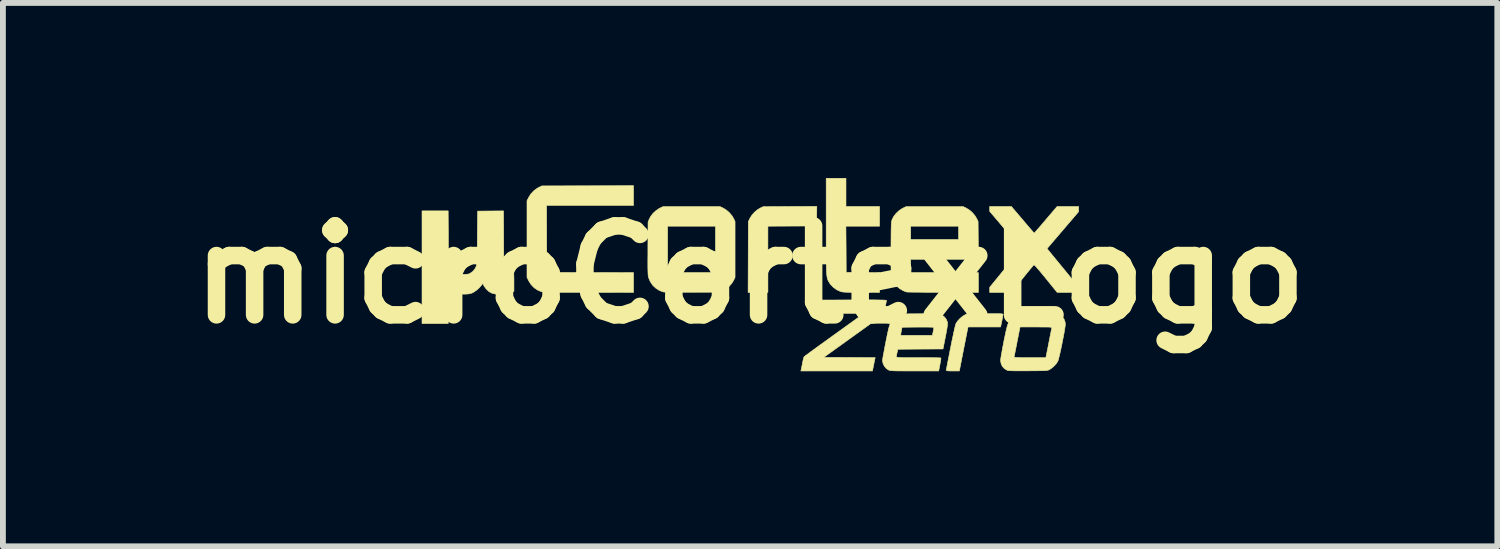
<source format=kicad_pcb>
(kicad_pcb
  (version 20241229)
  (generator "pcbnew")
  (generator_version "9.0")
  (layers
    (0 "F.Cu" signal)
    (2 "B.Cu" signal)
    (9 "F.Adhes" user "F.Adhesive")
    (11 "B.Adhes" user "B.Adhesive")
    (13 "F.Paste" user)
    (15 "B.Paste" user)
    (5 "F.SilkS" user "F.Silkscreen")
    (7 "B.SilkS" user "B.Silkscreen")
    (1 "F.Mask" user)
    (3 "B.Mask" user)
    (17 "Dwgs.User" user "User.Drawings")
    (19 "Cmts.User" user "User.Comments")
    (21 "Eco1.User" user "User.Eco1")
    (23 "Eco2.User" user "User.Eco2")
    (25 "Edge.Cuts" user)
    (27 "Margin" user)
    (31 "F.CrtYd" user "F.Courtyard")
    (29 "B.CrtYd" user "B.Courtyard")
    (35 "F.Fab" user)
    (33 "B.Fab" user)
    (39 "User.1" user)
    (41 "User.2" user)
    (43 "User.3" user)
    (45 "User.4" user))
  (footprint "microCortexLogo"
    (layer "F.Cu")
    (at 9.804 1.656)
    (property "Reference" "microCortexLogo" (at 0 0 0) (layer "F.SilkS") (effects (font (size 1.524 1.524) (thickness 0.3))))
    (attr through_hole)
    (fp_poly (pts (xy 1.141 -1.001) (xy 1.139 -0.834) (xy 0.722 -0.832) (xy 0.305 -0.83) (xy 0.305 0.305) (xy -0.034 0.305) (xy -0.03 -0.91) (xy -0.002 -0.966) (xy 0.031 -1.019) (xy 0.075 -1.069) (xy 0.126 -1.112) (xy 0.175 -1.141) (xy 0.224 -1.164) (xy 0.684 -1.167) (xy 1.143 -1.169) (xy 1.141 -1.001)) (stroke (width 0.01) (type solid)) (fill yes) (layer "F.SilkS"))
    (fp_poly (pts (xy -1.998 -1.185) (xy -3.488 -1.185) (xy -3.484 -0.038) (xy -2.741 -0.036) (xy -1.998 -0.034) (xy -1.998 0.305) (xy -2.766 0.304) (xy -2.908 0.304) (xy -3.033 0.304) (xy -3.142 0.303) (xy -3.237 0.303) (xy -3.319 0.302) (xy -3.388 0.301) (xy -3.444 0.3) (xy -3.49 0.299) (xy -3.525 0.298) (xy -3.55 0.296) (xy -3.567 0.295) (xy -3.574 0.293) (xy -3.638 0.267) (xy -3.698 0.227) (xy -3.75 0.174) (xy -3.791 0.112) (xy -3.795 0.103) (xy -3.823 0.047) (xy -3.823 -1.266) (xy -3.795 -1.322) (xy -3.756 -1.384) (xy -3.703 -1.439) (xy -3.643 -1.483) (xy -3.625 -1.492) (xy -3.569 -1.52) (xy -2.784 -1.522) (xy -1.998 -1.524) (xy -1.998 -1.185)) (stroke (width 0.01) (type solid)) (fill yes) (layer "F.SilkS"))
    (fp_poly (pts (xy 1.643 -1.168) (xy 2.218 -1.168) (xy 2.218 -0.83) (xy 1.642 -0.83) (xy 1.645 -0.434) (xy 1.647 -0.038) (xy 2.218 -0.034) (xy 2.218 0.305) (xy 1.907 0.304) (xy 1.825 0.304) (xy 1.757 0.304) (xy 1.703 0.303) (xy 1.66 0.302) (xy 1.626 0.301) (xy 1.6 0.299) (xy 1.58 0.296) (xy 1.564 0.293) (xy 1.55 0.289) (xy 1.549 0.289) (xy 1.485 0.26) (xy 1.427 0.218) (xy 1.377 0.166) (xy 1.345 0.116) (xy 1.338 0.103) (xy 1.332 0.09) (xy 1.327 0.076) (xy 1.323 0.06) (xy 1.319 0.042) (xy 1.316 0.019) (xy 1.313 -0.008) (xy 1.311 -0.042) (xy 1.309 -0.083) (xy 1.307 -0.132) (xy 1.306 -0.19) (xy 1.305 -0.259) (xy 1.305 -0.339) (xy 1.304 -0.432) (xy 1.304 -0.537) (xy 1.304 -0.658) (xy 1.304 -0.794) (xy 1.304 -0.84) (xy 1.304 -1.651) (xy 1.643 -1.651) (xy 1.643 -1.168)) (stroke (width 0.01) (type solid)) (fill yes) (layer "F.SilkS"))
    (fp_poly (pts (xy 4.225 0.67) (xy 4.265 0.67) (xy 4.295 0.671) (xy 4.315 0.673) (xy 4.327 0.675) (xy 4.334 0.678) (xy 4.335 0.68) (xy 4.333 0.693) (xy 4.329 0.717) (xy 4.323 0.751) (xy 4.316 0.788) (xy 4.308 0.825) (xy 4.301 0.858) (xy 4.297 0.878) (xy 4.292 0.897) (xy 3.735 0.897) (xy 3.727 0.938) (xy 3.723 0.955) (xy 3.717 0.986) (xy 3.708 1.031) (xy 3.697 1.085) (xy 3.685 1.148) (xy 3.671 1.218) (xy 3.656 1.292) (xy 3.652 1.314) (xy 3.586 1.651) (xy 3.473 1.651) (xy 3.425 1.651) (xy 3.392 1.649) (xy 3.371 1.647) (xy 3.362 1.643) (xy 3.361 1.64) (xy 3.363 1.63) (xy 3.367 1.605) (xy 3.375 1.567) (xy 3.384 1.517) (xy 3.396 1.457) (xy 3.409 1.39) (xy 3.423 1.316) (xy 3.436 1.253) (xy 3.456 1.151) (xy 3.475 1.063) (xy 3.491 0.987) (xy 3.504 0.926) (xy 3.516 0.88) (xy 3.524 0.849) (xy 3.529 0.837) (xy 3.556 0.796) (xy 3.594 0.754) (xy 3.638 0.717) (xy 3.669 0.697) (xy 3.713 0.673) (xy 4.024 0.671) (xy 4.106 0.67) (xy 4.172 0.67) (xy 4.225 0.67)) (stroke (width 0.01) (type solid)) (fill yes) (layer "F.SilkS"))
    (fp_poly (pts (xy -0.456 -1.137) (xy -0.404 -1.104) (xy -0.353 -1.059) (xy -0.31 -1.008) (xy -0.281 -0.959) (xy -0.258 -0.91) (xy -0.258 0.047) (xy -0.281 0.096) (xy -0.313 0.148) (xy -0.357 0.199) (xy -0.408 0.243) (xy -0.456 0.273) (xy -0.512 0.301) (xy -0.986 0.302) (xy -1.075 0.302) (xy -1.159 0.302) (xy -1.237 0.302) (xy -1.308 0.301) (xy -1.369 0.301) (xy -1.419 0.3) (xy -1.456 0.299) (xy -1.479 0.298) (xy -1.486 0.297) (xy -1.554 0.272) (xy -1.616 0.232) (xy -1.669 0.182) (xy -1.71 0.121) (xy -1.736 0.06) (xy -1.74 0.047) (xy -1.743 0.034) (xy -1.746 0.019) (xy -1.748 0.001) (xy -1.749 -0.021) (xy -1.75 -0.05) (xy -1.751 -0.087) (xy -1.752 -0.132) (xy -1.752 -0.189) (xy -1.752 -0.257) (xy -1.751 -0.34) (xy -1.751 -0.437) (xy -1.751 -0.449) (xy -1.749 -0.83) (xy -1.414 -0.83) (xy -1.414 -0.034) (xy -0.593 -0.034) (xy -0.593 -0.83) (xy -1.414 -0.83) (xy -1.749 -0.83) (xy -1.748 -0.902) (xy -1.728 -0.951) (xy -1.701 -1.001) (xy -1.662 -1.051) (xy -1.614 -1.095) (xy -1.563 -1.13) (xy -1.551 -1.137) (xy -1.495 -1.164) (xy -0.512 -1.164) (xy -0.456 -1.137)) (stroke (width 0.01) (type solid)) (fill yes) (layer "F.SilkS"))
    (fp_poly (pts (xy 2.116 0.433) (xy 2.179 0.434) (xy 2.23 0.435) (xy 2.269 0.435) (xy 2.299 0.437) (xy 2.319 0.438) (xy 2.331 0.44) (xy 2.337 0.442) (xy 2.337 0.442) (xy 2.335 0.454) (xy 2.331 0.479) (xy 2.324 0.514) (xy 2.316 0.555) (xy 2.314 0.565) (xy 2.292 0.678) (xy 1.777 1.048) (xy 1.262 1.418) (xy 1.703 1.42) (xy 2.144 1.423) (xy 2.139 1.442) (xy 2.136 1.457) (xy 2.13 1.485) (xy 2.123 1.522) (xy 2.116 1.556) (xy 2.097 1.651) (xy 0.87 1.651) (xy 0.875 1.632) (xy 0.878 1.616) (xy 0.884 1.588) (xy 0.891 1.552) (xy 0.898 1.516) (xy 0.906 1.476) (xy 0.914 1.442) (xy 0.921 1.418) (xy 0.926 1.407) (xy 0.934 1.4) (xy 0.954 1.385) (xy 0.987 1.361) (xy 1.03 1.329) (xy 1.082 1.291) (xy 1.142 1.247) (xy 1.21 1.198) (xy 1.284 1.145) (xy 1.363 1.088) (xy 1.443 1.03) (xy 1.951 0.665) (xy 1.513 0.662) (xy 1.416 0.662) (xy 1.334 0.661) (xy 1.266 0.661) (xy 1.212 0.66) (xy 1.168 0.659) (xy 1.135 0.658) (xy 1.111 0.657) (xy 1.094 0.655) (xy 1.084 0.653) (xy 1.078 0.651) (xy 1.076 0.648) (xy 1.076 0.646) (xy 1.078 0.632) (xy 1.082 0.605) (xy 1.088 0.57) (xy 1.095 0.533) (xy 1.114 0.436) (xy 1.725 0.434) (xy 1.846 0.433) (xy 1.951 0.433) (xy 2.04 0.433) (xy 2.116 0.433)) (stroke (width 0.01) (type solid)) (fill yes) (layer "F.SilkS"))
    (fp_poly (pts (xy 3.709 -1.137) (xy 3.762 -1.104) (xy 3.812 -1.059) (xy 3.855 -1.008) (xy 3.884 -0.959) (xy 3.907 -0.91) (xy 3.91 -0.586) (xy 3.912 -0.262) (xy 2.752 -0.262) (xy 2.752 -0.034) (xy 3.912 -0.034) (xy 3.912 0.305) (xy 3.308 0.304) (xy 3.208 0.304) (xy 3.112 0.303) (xy 3.023 0.303) (xy 2.94 0.302) (xy 2.867 0.301) (xy 2.803 0.301) (xy 2.751 0.3) (xy 2.712 0.299) (xy 2.688 0.298) (xy 2.68 0.297) (xy 2.622 0.275) (xy 2.565 0.241) (xy 2.513 0.197) (xy 2.471 0.148) (xy 2.46 0.131) (xy 2.45 0.113) (xy 2.441 0.096) (xy 2.434 0.079) (xy 2.429 0.059) (xy 2.424 0.035) (xy 2.42 0.006) (xy 2.418 -0.03) (xy 2.416 -0.074) (xy 2.415 -0.128) (xy 2.414 -0.193) (xy 2.414 -0.271) (xy 2.414 -0.363) (xy 2.415 -0.454) (xy 2.415 -0.553) (xy 2.416 -0.636) (xy 2.416 -0.705) (xy 2.417 -0.761) (xy 2.418 -0.807) (xy 2.419 -0.83) (xy 2.752 -0.83) (xy 2.752 -0.601) (xy 3.573 -0.601) (xy 3.573 -0.83) (xy 2.752 -0.83) (xy 2.419 -0.83) (xy 2.419 -0.843) (xy 2.42 -0.871) (xy 2.422 -0.893) (xy 2.424 -0.909) (xy 2.427 -0.923) (xy 2.431 -0.934) (xy 2.434 -0.944) (xy 2.437 -0.951) (xy 2.464 -1.001) (xy 2.504 -1.051) (xy 2.551 -1.095) (xy 2.602 -1.13) (xy 2.615 -1.137) (xy 2.671 -1.164) (xy 3.654 -1.164) (xy 3.709 -1.137)) (stroke (width 0.01) (type solid)) (fill yes) (layer "F.SilkS"))
    (fp_poly (pts (xy 4.671 -0.94) (xy 4.716 -0.887) (xy 4.757 -0.838) (xy 4.794 -0.795) (xy 4.825 -0.76) (xy 4.848 -0.733) (xy 4.863 -0.716) (xy 4.868 -0.711) (xy 4.875 -0.717) (xy 4.891 -0.735) (xy 4.915 -0.763) (xy 4.947 -0.799) (xy 4.984 -0.842) (xy 5.026 -0.891) (xy 5.067 -0.94) (xy 5.262 -1.168) (xy 5.63 -1.168) (xy 5.63 -1.124) (xy 5.63 -1.079) (xy 5.36 -0.763) (xy 5.089 -0.446) (xy 5.12 -0.407) (xy 5.132 -0.392) (xy 5.154 -0.366) (xy 5.183 -0.33) (xy 5.22 -0.285) (xy 5.262 -0.234) (xy 5.309 -0.177) (xy 5.358 -0.117) (xy 5.391 -0.077) (xy 5.63 0.215) (xy 5.63 0.305) (xy 5.262 0.304) (xy 5.067 0.064) (xy 5.009 -0.007) (xy 4.961 -0.065) (xy 4.922 -0.11) (xy 4.894 -0.142) (xy 4.874 -0.161) (xy 4.864 -0.168) (xy 4.863 -0.168) (xy 4.856 -0.16) (xy 4.839 -0.14) (xy 4.814 -0.11) (xy 4.782 -0.072) (xy 4.745 -0.027) (xy 4.704 0.024) (xy 4.665 0.072) (xy 4.476 0.305) (xy 4.106 0.305) (xy 4.107 0.216) (xy 4.377 -0.114) (xy 4.439 -0.19) (xy 4.491 -0.254) (xy 4.534 -0.306) (xy 4.568 -0.349) (xy 4.594 -0.383) (xy 4.614 -0.41) (xy 4.627 -0.429) (xy 4.635 -0.443) (xy 4.638 -0.451) (xy 4.637 -0.456) (xy 4.637 -0.457) (xy 4.63 -0.466) (xy 4.613 -0.486) (xy 4.587 -0.517) (xy 4.553 -0.557) (xy 4.513 -0.604) (xy 4.468 -0.658) (xy 4.418 -0.716) (xy 4.367 -0.777) (xy 4.106 -1.084) (xy 4.106 -1.168) (xy 4.477 -1.168) (xy 4.671 -0.94)) (stroke (width 0.01) (type solid)) (fill yes) (layer "F.SilkS"))
    (fp_poly (pts (xy -4.223 -0.582) (xy -4.223 -0.472) (xy -4.222 -0.378) (xy -4.221 -0.299) (xy -4.22 -0.232) (xy -4.219 -0.177) (xy -4.217 -0.133) (xy -4.215 -0.099) (xy -4.212 -0.072) (xy -4.208 -0.052) (xy -4.203 -0.038) (xy -4.198 -0.028) (xy -4.191 -0.021) (xy -4.182 -0.015) (xy -4.173 -0.011) (xy -4.171 -0.01) (xy -4.14 -0.003) (xy -4.1 -0.008) (xy -4.062 -0.021) (xy -4.057 -0.022) (xy -4.053 -0.019) (xy -4.05 -0.01) (xy -4.049 0.008) (xy -4.048 0.036) (xy -4.047 0.078) (xy -4.047 0.13) (xy -4.047 0.287) (xy -4.092 0.303) (xy -4.163 0.324) (xy -4.236 0.336) (xy -4.309 0.338) (xy -4.375 0.331) (xy -4.432 0.315) (xy -4.434 0.314) (xy -4.479 0.287) (xy -4.521 0.247) (xy -4.556 0.201) (xy -4.563 0.187) (xy -4.581 0.151) (xy -4.605 0.184) (xy -4.641 0.225) (xy -4.684 0.264) (xy -4.729 0.296) (xy -4.765 0.315) (xy -4.79 0.323) (xy -4.814 0.329) (xy -4.843 0.332) (xy -4.882 0.334) (xy -4.915 0.334) (xy -4.976 0.333) (xy -5.025 0.327) (xy -5.064 0.316) (xy -5.098 0.299) (xy -5.13 0.274) (xy -5.137 0.269) (xy -5.173 0.235) (xy -5.173 0.838) (xy -5.622 0.838) (xy -5.622 -1.092) (xy -5.398 -1.092) (xy -5.174 -1.092) (xy -5.171 -0.637) (xy -5.171 -0.538) (xy -5.17 -0.454) (xy -5.17 -0.384) (xy -5.169 -0.326) (xy -5.168 -0.28) (xy -5.167 -0.243) (xy -5.166 -0.214) (xy -5.164 -0.192) (xy -5.162 -0.175) (xy -5.159 -0.162) (xy -5.156 -0.151) (xy -5.152 -0.14) (xy -5.15 -0.135) (xy -5.119 -0.082) (xy -5.076 -0.039) (xy -5.046 -0.02) (xy -5.028 -0.013) (xy -5.007 -0.008) (xy -4.977 -0.005) (xy -4.935 -0.004) (xy -4.923 -0.004) (xy -4.878 -0.005) (xy -4.846 -0.007) (xy -4.823 -0.011) (xy -4.804 -0.018) (xy -4.801 -0.02) (xy -4.75 -0.056) (xy -4.713 -0.103) (xy -4.697 -0.135) (xy -4.693 -0.146) (xy -4.689 -0.156) (xy -4.686 -0.169) (xy -4.684 -0.184) (xy -4.682 -0.204) (xy -4.68 -0.23) (xy -4.679 -0.263) (xy -4.678 -0.305) (xy -4.677 -0.358) (xy -4.676 -0.422) (xy -4.675 -0.5) (xy -4.674 -0.593) (xy -4.674 -0.635) (xy -4.669 -1.088) (xy -4.447 -1.09) (xy -4.226 -1.092) (xy -4.223 -0.582)) (stroke (width 0.01) (type solid)) (fill yes) (layer "F.SilkS"))
    (fp_poly (pts (xy 3.282 0.69) (xy 3.324 0.719) (xy 3.358 0.759) (xy 3.379 0.806) (xy 3.383 0.824) (xy 3.383 0.843) (xy 3.381 0.873) (xy 3.375 0.914) (xy 3.366 0.968) (xy 3.353 1.037) (xy 3.347 1.067) (xy 3.306 1.274) (xy 2.919 1.276) (xy 2.532 1.279) (xy 2.528 1.298) (xy 2.517 1.344) (xy 2.511 1.377) (xy 2.507 1.398) (xy 2.506 1.408) (xy 2.507 1.411) (xy 2.511 1.414) (xy 2.518 1.416) (xy 2.531 1.418) (xy 2.551 1.42) (xy 2.58 1.421) (xy 2.618 1.422) (xy 2.668 1.422) (xy 2.731 1.422) (xy 2.808 1.422) (xy 2.887 1.422) (xy 2.965 1.423) (xy 3.038 1.423) (xy 3.105 1.424) (xy 3.162 1.424) (xy 3.209 1.425) (xy 3.244 1.426) (xy 3.265 1.428) (xy 3.27 1.429) (xy 3.27 1.439) (xy 3.267 1.463) (xy 3.261 1.496) (xy 3.254 1.536) (xy 3.253 1.543) (xy 3.232 1.651) (xy 2.821 1.651) (xy 2.726 1.651) (xy 2.647 1.651) (xy 2.581 1.65) (xy 2.528 1.65) (xy 2.486 1.649) (xy 2.453 1.648) (xy 2.428 1.646) (xy 2.409 1.644) (xy 2.395 1.642) (xy 2.385 1.639) (xy 2.376 1.636) (xy 2.374 1.635) (xy 2.334 1.608) (xy 2.301 1.569) (xy 2.278 1.522) (xy 2.269 1.473) (xy 2.269 1.468) (xy 2.271 1.454) (xy 2.275 1.426) (xy 2.282 1.385) (xy 2.292 1.334) (xy 2.303 1.275) (xy 2.315 1.21) (xy 2.324 1.164) (xy 2.34 1.084) (xy 2.349 1.041) (xy 2.582 1.041) (xy 3.124 1.041) (xy 3.128 1.022) (xy 3.136 0.983) (xy 3.143 0.948) (xy 3.147 0.921) (xy 3.15 0.906) (xy 3.15 0.905) (xy 3.141 0.903) (xy 3.117 0.901) (xy 3.077 0.9) (xy 3.024 0.899) (xy 2.957 0.899) (xy 2.877 0.899) (xy 2.877 0.899) (xy 2.604 0.902) (xy 2.594 0.953) (xy 2.588 0.983) (xy 2.584 1.009) (xy 2.583 1.022) (xy 2.582 1.041) (xy 2.349 1.041) (xy 2.354 1.018) (xy 2.365 0.965) (xy 2.375 0.923) (xy 2.384 0.89) (xy 2.392 0.864) (xy 2.4 0.843) (xy 2.406 0.832) (xy 2.443 0.774) (xy 2.494 0.725) (xy 2.547 0.693) (xy 2.558 0.688) (xy 2.568 0.684) (xy 2.58 0.68) (xy 2.596 0.678) (xy 2.617 0.676) (xy 2.645 0.674) (xy 2.683 0.673) (xy 2.73 0.672) (xy 2.791 0.672) (xy 2.865 0.671) (xy 2.912 0.671) (xy 3.237 0.668) (xy 3.282 0.69)) (stroke (width 0.01) (type solid)) (fill yes) (layer "F.SilkS"))
    (fp_poly (pts (xy 5.031 0.669) (xy 5.102 0.669) (xy 5.16 0.67) (xy 5.205 0.672) (xy 5.241 0.674) (xy 5.269 0.678) (xy 5.291 0.682) (xy 5.307 0.689) (xy 5.321 0.697) (xy 5.334 0.707) (xy 5.345 0.718) (xy 5.379 0.761) (xy 5.398 0.811) (xy 5.402 0.85) (xy 5.4 0.875) (xy 5.395 0.913) (xy 5.387 0.962) (xy 5.377 1.019) (xy 5.365 1.081) (xy 5.352 1.147) (xy 5.339 1.214) (xy 5.325 1.279) (xy 5.312 1.339) (xy 5.299 1.393) (xy 5.288 1.437) (xy 5.279 1.47) (xy 5.272 1.487) (xy 5.245 1.528) (xy 5.206 1.57) (xy 5.163 1.606) (xy 5.131 1.627) (xy 5.121 1.632) (xy 5.111 1.636) (xy 5.1 1.639) (xy 5.085 1.642) (xy 5.065 1.644) (xy 5.038 1.645) (xy 5.003 1.646) (xy 4.957 1.647) (xy 4.899 1.648) (xy 4.827 1.648) (xy 4.763 1.649) (xy 4.677 1.649) (xy 4.606 1.649) (xy 4.55 1.649) (xy 4.505 1.648) (xy 4.471 1.647) (xy 4.445 1.646) (xy 4.426 1.644) (xy 4.412 1.641) (xy 4.403 1.638) (xy 4.403 1.638) (xy 4.356 1.609) (xy 4.321 1.569) (xy 4.3 1.521) (xy 4.293 1.471) (xy 4.294 1.452) (xy 4.299 1.419) (xy 4.3 1.412) (xy 4.523 1.412) (xy 4.526 1.415) (xy 4.536 1.417) (xy 4.555 1.419) (xy 4.585 1.421) (xy 4.627 1.422) (xy 4.683 1.422) (xy 4.753 1.422) (xy 4.794 1.422) (xy 5.069 1.422) (xy 5.118 1.175) (xy 5.13 1.112) (xy 5.142 1.053) (xy 5.152 1.002) (xy 5.16 0.961) (xy 5.166 0.931) (xy 5.17 0.914) (xy 5.17 0.912) (xy 5.17 0.908) (xy 5.168 0.905) (xy 5.16 0.902) (xy 5.146 0.901) (xy 5.123 0.899) (xy 5.091 0.898) (xy 5.047 0.898) (xy 4.99 0.898) (xy 4.918 0.897) (xy 4.9 0.897) (xy 4.626 0.897) (xy 4.576 1.149) (xy 4.564 1.213) (xy 4.552 1.271) (xy 4.542 1.322) (xy 4.534 1.364) (xy 4.527 1.393) (xy 4.524 1.41) (xy 4.523 1.412) (xy 4.3 1.412) (xy 4.306 1.374) (xy 4.316 1.319) (xy 4.327 1.257) (xy 4.34 1.19) (xy 4.348 1.147) (xy 4.365 1.064) (xy 4.38 0.995) (xy 4.392 0.939) (xy 4.404 0.894) (xy 4.415 0.858) (xy 4.426 0.83) (xy 4.439 0.806) (xy 4.453 0.786) (xy 4.469 0.768) (xy 4.488 0.749) (xy 4.493 0.745) (xy 4.514 0.727) (xy 4.533 0.711) (xy 4.552 0.699) (xy 4.572 0.69) (xy 4.597 0.682) (xy 4.628 0.677) (xy 4.665 0.673) (xy 4.712 0.671) (xy 4.771 0.67) (xy 4.842 0.669) (xy 4.928 0.669) (xy 4.945 0.669) (xy 5.031 0.669)) (stroke (width 0.01) (type solid)) (fill yes) (layer "F.SilkS")))
  (gr_rect
    (start -3 -3)
    (end 22.609 6.312)
    (stroke (width 0.1) (type default))
    (fill no)
    (layer "Edge.Cuts")))
</source>
